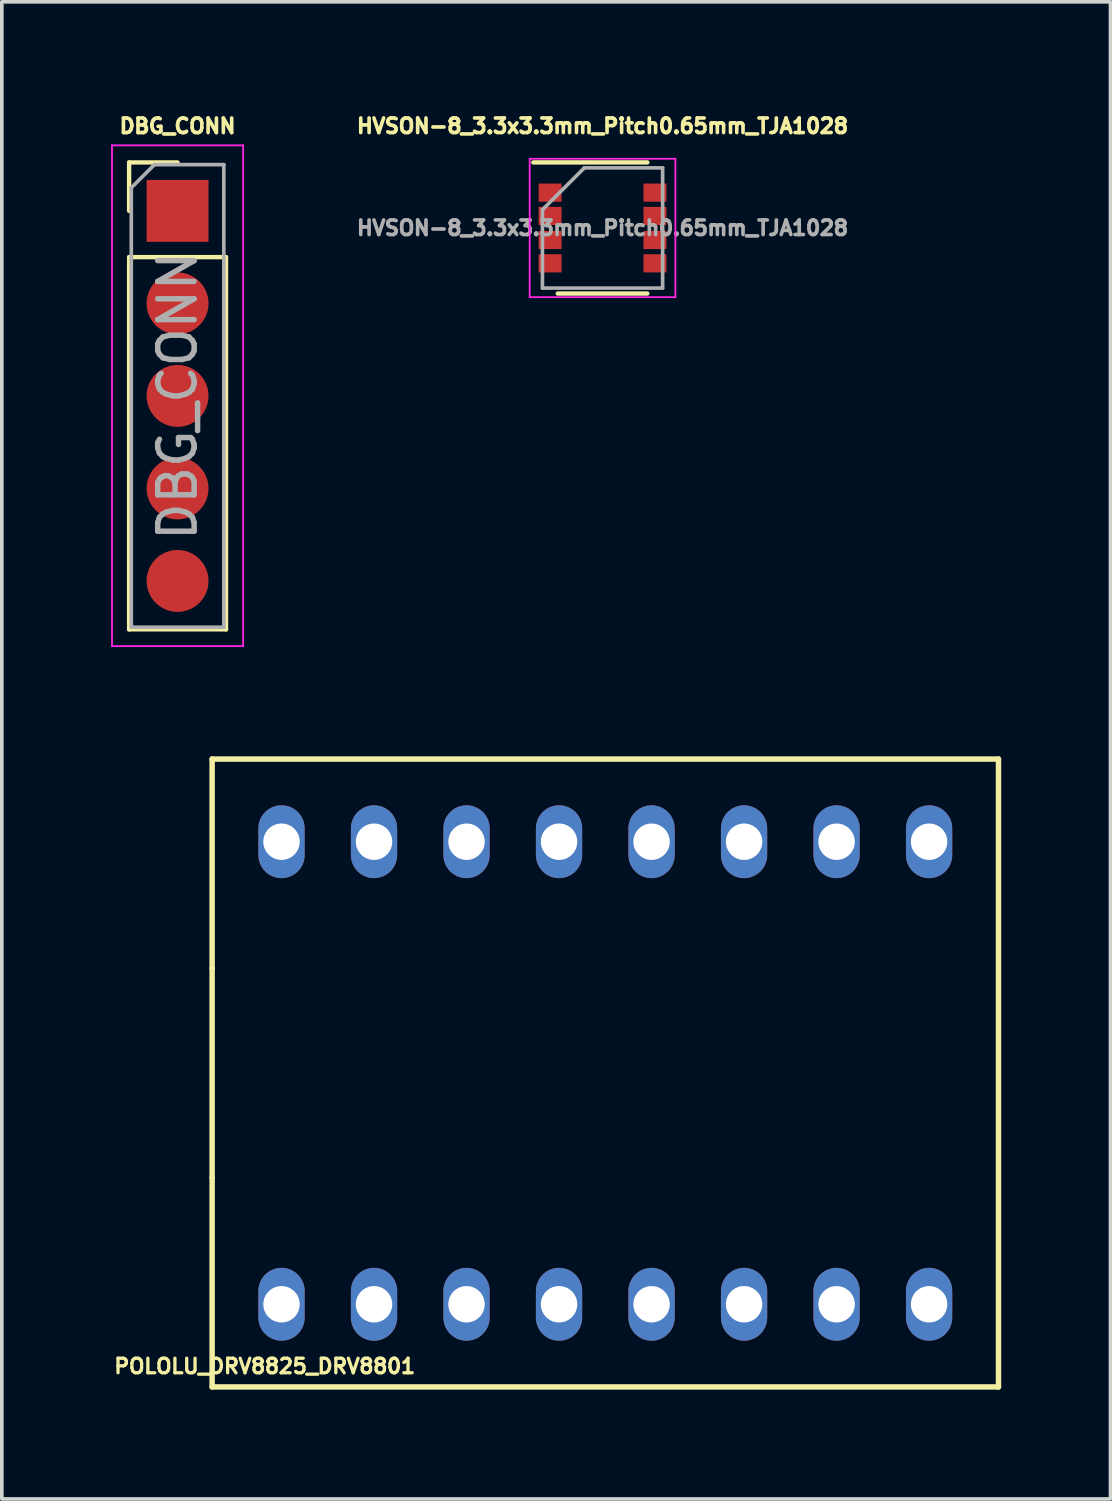
<source format=kicad_pcb>
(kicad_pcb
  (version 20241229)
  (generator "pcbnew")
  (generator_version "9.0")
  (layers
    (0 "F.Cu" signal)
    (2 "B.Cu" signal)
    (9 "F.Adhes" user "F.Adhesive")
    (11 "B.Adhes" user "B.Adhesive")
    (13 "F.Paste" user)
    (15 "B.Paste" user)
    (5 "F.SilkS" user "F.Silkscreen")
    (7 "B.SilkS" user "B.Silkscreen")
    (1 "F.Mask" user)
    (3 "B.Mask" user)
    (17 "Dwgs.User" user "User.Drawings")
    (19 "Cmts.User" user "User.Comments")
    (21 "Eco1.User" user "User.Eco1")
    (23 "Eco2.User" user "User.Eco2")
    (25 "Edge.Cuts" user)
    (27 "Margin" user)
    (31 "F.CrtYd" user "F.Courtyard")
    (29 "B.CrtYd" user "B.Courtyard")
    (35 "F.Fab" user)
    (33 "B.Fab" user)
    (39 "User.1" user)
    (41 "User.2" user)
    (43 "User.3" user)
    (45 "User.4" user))
  (footprint "POLOLU_DRV8825_DRV8801"
    (layer "F.Cu")
    (at 13.569 26.41)
    (property "Reference" "POLOLU_DRV8825_DRV8801" (at -9.35 8.05 0) (layer "F.SilkS") (effects (font (size 0.4 0.4) (thickness 0.09))))
    (attr through_hole)
    (fp_line (start -10.795 -8.62) (end -10.795 -2.873) (stroke (width 0.15) (type solid)) (layer "F.SilkS"))
    (fp_line (start -10.795 -2.873) (end -10.795 2.873) (stroke (width 0.15) (type solid)) (layer "F.SilkS"))
    (fp_line (start -10.795 2.873) (end -10.795 8.62) (stroke (width 0.15) (type solid)) (layer "F.SilkS"))
    (fp_line (start -10.795 8.62) (end 10.795 8.62) (stroke (width 0.15) (type solid)) (layer "F.SilkS"))
    (fp_line (start 10.795 -8.62) (end -10.795 -8.62) (stroke (width 0.15) (type solid)) (layer "F.SilkS"))
    (fp_line (start 10.795 8.62) (end 10.795 -8.62) (stroke (width 0.15) (type solid)) (layer "F.SilkS"))
    (pad "1" thru_hole oval (at -8.89 6.35) (size 1.27 2) (drill 1) (layers "*.Cu" "*.Mask"))
    (pad "2" thru_hole oval (at -6.35 6.35) (size 1.27 2) (drill 1) (layers "*.Cu" "*.Mask"))
    (pad "3" thru_hole oval (at -3.81 6.35) (size 1.27 2) (drill 1) (layers "*.Cu" "*.Mask"))
    (pad "4" thru_hole oval (at -1.27 6.35) (size 1.27 2) (drill 1) (layers "*.Cu" "*.Mask"))
    (pad "5" thru_hole oval (at 1.27 6.35) (size 1.27 2) (drill 1) (layers "*.Cu" "*.Mask"))
    (pad "6" thru_hole oval (at 3.81 6.35) (size 1.27 2) (drill 1) (layers "*.Cu" "*.Mask"))
    (pad "7" thru_hole oval (at 6.35 6.35) (size 1.27 2) (drill 1) (layers "*.Cu" "*.Mask"))
    (pad "8" thru_hole oval (at 8.89 6.35) (size 1.27 2) (drill 1) (layers "*.Cu" "*.Mask"))
    (pad "9" thru_hole oval (at 8.89 -6.35) (size 1.27 2) (drill 1) (layers "*.Cu" "*.Mask"))
    (pad "10" thru_hole oval (at 6.35 -6.35) (size 1.27 2) (drill 1) (layers "*.Cu" "*.Mask"))
    (pad "11" thru_hole oval (at 3.81 -6.35) (size 1.27 2) (drill 1) (layers "*.Cu" "*.Mask"))
    (pad "12" thru_hole oval (at 1.27 -6.35) (size 1.27 2) (drill 1) (layers "*.Cu" "*.Mask"))
    (pad "13" thru_hole oval (at -1.27 -6.35) (size 1.27 2) (drill 1) (layers "*.Cu" "*.Mask"))
    (pad "14" thru_hole oval (at -3.81 -6.35) (size 1.27 2) (drill 1) (layers "*.Cu" "*.Mask"))
    (pad "15" thru_hole oval (at -6.35 -6.35) (size 1.27 2) (drill 1) (layers "*.Cu" "*.Mask"))
    (pad "16" thru_hole oval (at -8.89 -6.35) (size 1.27 2) (drill 1) (layers "*.Cu" "*.Mask")))
  (footprint "HVSON-8_3.3x3.3mm_Pitch0.65mm_TJA1028"
    (layer "F.Cu")
    (at 13.493 3.209)
    (property "Reference" "HVSON-8_3.3x3.3mm_Pitch0.65mm_TJA1028" (at 0 -2.8 0) (layer "F.SilkS") (effects (font (size 0.4 0.4) (thickness 0.1))))
    (attr smd)
    (fp_line (start -1.9 -1.8) (end 1.23 -1.8) (stroke (width 0.12) (type solid)) (layer "F.SilkS"))
    (fp_line (start -1.23 1.8) (end 1.23 1.8) (stroke (width 0.12) (type solid)) (layer "F.SilkS"))
    (fp_line (start -2 -1.9) (end -2 1.9) (stroke (width 0.05) (type solid)) (layer "F.CrtYd"))
    (fp_line (start -2 -1.9) (end 2 -1.9) (stroke (width 0.05) (type solid)) (layer "F.CrtYd"))
    (fp_line (start -2 1.9) (end 2 1.9) (stroke (width 0.05) (type solid)) (layer "F.CrtYd"))
    (fp_line (start 2 -1.9) (end 2 1.9) (stroke (width 0.05) (type solid)) (layer "F.CrtYd"))
    (fp_line (start -1.65 -0.5) (end -0.5 -1.65) (stroke (width 0.1) (type solid)) (layer "F.Fab"))
    (fp_line (start -1.65 1.65) (end -1.65 -0.5) (stroke (width 0.1) (type solid)) (layer "F.Fab"))
    (fp_line (start -0.5 -1.65) (end 1.65 -1.65) (stroke (width 0.1) (type solid)) (layer "F.Fab"))
    (fp_line (start 1.65 -1.65) (end 1.65 1.65) (stroke (width 0.1) (type solid)) (layer "F.Fab"))
    (fp_line (start 1.65 1.65) (end -1.65 1.65) (stroke (width 0.1) (type solid)) (layer "F.Fab"))
    (fp_text user "${REFERENCE}" (at 0 0 0) (layer "F.Fab") (effects (font (size 0.4 0.4) (thickness 0.1))))
    (pad "1" smd rect (at -1.44 -0.97) (size 0.63 0.5) (layers "F.Cu" "F.Mask" "F.Paste"))
    (pad "2" smd rect (at -1.44 -0.33) (size 0.63 0.5) (layers "F.Cu" "F.Mask" "F.Paste"))
    (pad "3" smd rect (at -1.44 0.33) (size 0.63 0.5) (layers "F.Cu" "F.Mask" "F.Paste"))
    (pad "4" smd rect (at -1.44 0.97) (size 0.63 0.5) (layers "F.Cu" "F.Mask" "F.Paste"))
    (pad "5" smd rect (at 1.44 0.97) (size 0.63 0.5) (layers "F.Cu" "F.Mask" "F.Paste"))
    (pad "6" smd rect (at 1.44 0.33) (size 0.63 0.5) (layers "F.Cu" "F.Mask" "F.Paste"))
    (pad "7" smd rect (at 1.44 -0.33) (size 0.63 0.5) (layers "F.Cu" "F.Mask" "F.Paste"))
    (pad "8" smd rect (at 1.44 -0.97) (size 0.63 0.5) (layers "F.Cu" "F.Mask" "F.Paste")))
  (footprint "DBG_CONN"
    (layer "F.Cu")
    (at 1.825 2.74)
    (property "Reference" "DBG_CONN" (at 0 -2.33 0) (layer "F.SilkS") (effects (font (size 0.4 0.4) (thickness 0.1))))
    (attr through_hole)
    (fp_line (start -1.33 -1.33) (end 0 -1.33) (stroke (width 0.12) (type solid)) (layer "F.SilkS"))
    (fp_line (start -1.33 0) (end -1.33 -1.33) (stroke (width 0.12) (type solid)) (layer "F.SilkS"))
    (fp_line (start -1.33 1.27) (end -1.33 11.49) (stroke (width 0.12) (type solid)) (layer "F.SilkS"))
    (fp_line (start -1.33 1.27) (end 1.33 1.27) (stroke (width 0.12) (type solid)) (layer "F.SilkS"))
    (fp_line (start -1.33 11.49) (end 1.33 11.49) (stroke (width 0.12) (type solid)) (layer "F.SilkS"))
    (fp_line (start 1.33 1.27) (end 1.33 11.49) (stroke (width 0.12) (type solid)) (layer "F.SilkS"))
    (fp_line (start -1.8 -1.8) (end -1.8 11.95) (stroke (width 0.05) (type solid)) (layer "F.CrtYd"))
    (fp_line (start -1.8 11.95) (end 1.8 11.95) (stroke (width 0.05) (type solid)) (layer "F.CrtYd"))
    (fp_line (start 1.8 -1.8) (end -1.8 -1.8) (stroke (width 0.05) (type solid)) (layer "F.CrtYd"))
    (fp_line (start 1.8 11.95) (end 1.8 -1.8) (stroke (width 0.05) (type solid)) (layer "F.CrtYd"))
    (fp_line (start -1.27 -0.635) (end -0.635 -1.27) (stroke (width 0.1) (type solid)) (layer "F.Fab"))
    (fp_line (start -1.27 11.43) (end -1.27 -0.635) (stroke (width 0.1) (type solid)) (layer "F.Fab"))
    (fp_line (start -0.635 -1.27) (end 1.27 -1.27) (stroke (width 0.1) (type solid)) (layer "F.Fab"))
    (fp_line (start 1.27 -1.27) (end 1.27 11.43) (stroke (width 0.1) (type solid)) (layer "F.Fab"))
    (fp_line (start 1.27 11.43) (end -1.27 11.43) (stroke (width 0.1) (type solid)) (layer "F.Fab"))
    (fp_text user "${REFERENCE}" (at 0 5.08 90) (layer "F.Fab") (effects (font (size 1 1) (thickness 0.15))))
    (pad "1" smd rect (at 0 0) (size 1.7 1.7) (layers "F.Cu" "F.Mask" "F.Paste"))
    (pad "2" smd oval (at 0 2.54) (size 1.7 1.7) (layers "F.Cu" "F.Mask" "F.Paste"))
    (pad "3" smd circle (at 0 5.08) (size 1.7 1.7) (layers "F.Cu" "F.Mask" "F.Paste"))
    (pad "4" smd oval (at 0 7.62) (size 1.7 1.7) (layers "F.Cu" "F.Mask" "F.Paste"))
    (pad "5" smd oval (at 0 10.16) (size 1.7 1.7) (layers "F.Cu" "F.Mask" "F.Paste")))
  (gr_rect
    (start -3 -3)
    (end 27.439 38.105)
    (stroke (width 0.1) (type default))
    (fill no)
    (layer "Edge.Cuts")))
</source>
